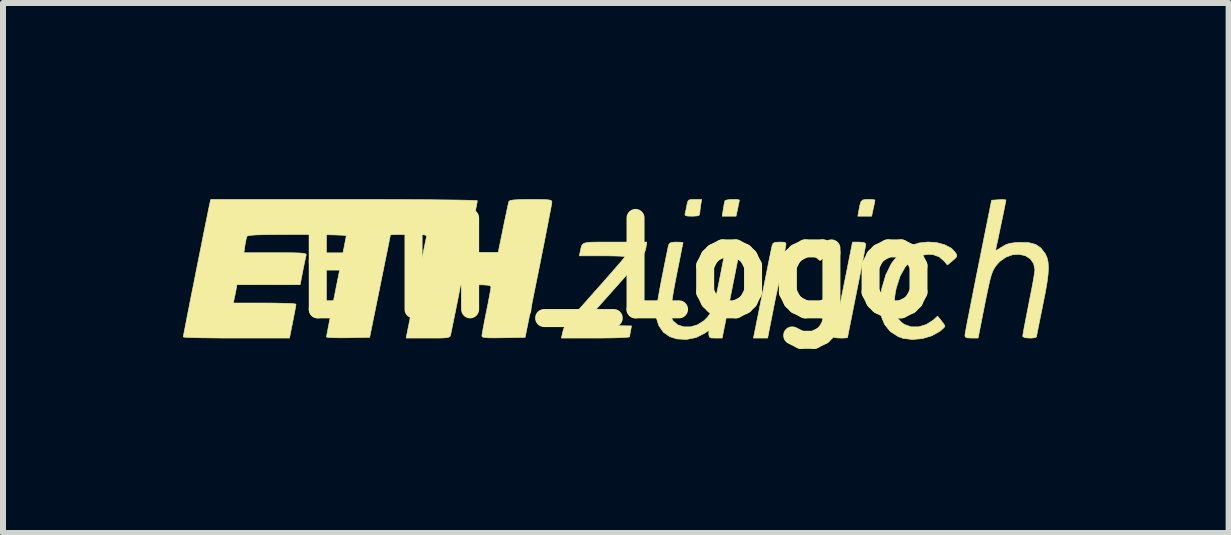
<source format=kicad_pcb>
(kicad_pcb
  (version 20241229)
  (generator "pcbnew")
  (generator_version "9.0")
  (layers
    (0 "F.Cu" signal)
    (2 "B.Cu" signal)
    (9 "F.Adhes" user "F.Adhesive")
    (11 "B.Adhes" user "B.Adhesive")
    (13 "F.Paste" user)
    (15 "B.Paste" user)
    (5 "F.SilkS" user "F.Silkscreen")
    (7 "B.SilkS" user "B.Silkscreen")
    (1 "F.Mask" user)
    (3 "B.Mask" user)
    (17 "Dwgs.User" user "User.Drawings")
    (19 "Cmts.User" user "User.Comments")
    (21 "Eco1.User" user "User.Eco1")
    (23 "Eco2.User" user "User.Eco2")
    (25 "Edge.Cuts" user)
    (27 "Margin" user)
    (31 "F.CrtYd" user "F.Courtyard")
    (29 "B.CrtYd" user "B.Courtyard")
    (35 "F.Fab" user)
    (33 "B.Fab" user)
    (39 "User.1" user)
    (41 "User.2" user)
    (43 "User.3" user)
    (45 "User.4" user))
  (footprint "ETH_Logo"
    (layer "F.Cu")
    (at 7.219 1.418)
    (property "Reference" "ETH_Logo" (at 0 0 0) (layer "F.SilkS") (effects (font (size 1.524 1.524) (thickness 0.3))))
    (attr through_hole)
    (fp_poly (pts (xy 4.273 -1.141) (xy 4.313 -1.135) (xy 4.318 -1.132) (xy 4.313 -1.102) (xy 4.301 -1.04) (xy 4.29 -0.992) (xy 4.263 -0.864) (xy 4.033 -0.864) (xy 4.05 -0.959) (xy 4.068 -1.053) (xy 4.087 -1.108) (xy 4.115 -1.134) (xy 4.162 -1.142) (xy 4.205 -1.143) (xy 4.273 -1.141)) (stroke (width 0.01) (type solid)) (fill yes) (layer "F.SilkS"))
    (fp_poly (pts (xy 2.028 -1.141) (xy 2.057 -1.133) (xy 2.057 -1.132) (xy 2.053 -1.102) (xy 2.04 -1.04) (xy 2.03 -0.992) (xy 2.002 -0.864) (xy 1.772 -0.864) (xy 1.79 -0.984) (xy 1.803 -1.059) (xy 1.815 -1.112) (xy 1.82 -1.124) (xy 1.848 -1.134) (xy 1.904 -1.141) (xy 1.971 -1.143) (xy 2.028 -1.141)) (stroke (width 0.01) (type solid)) (fill yes) (layer "F.SilkS"))
    (fp_poly (pts (xy 1.413 -1.048) (xy 1.403 -0.973) (xy 1.397 -0.914) (xy 1.397 -0.908) (xy 1.388 -0.881) (xy 1.353 -0.868) (xy 1.281 -0.864) (xy 1.268 -0.864) (xy 1.193 -0.866) (xy 1.157 -0.876) (xy 1.15 -0.897) (xy 1.153 -0.908) (xy 1.166 -0.962) (xy 1.181 -1.037) (xy 1.183 -1.048) (xy 1.196 -1.106) (xy 1.218 -1.134) (xy 1.266 -1.142) (xy 1.314 -1.143) (xy 1.429 -1.143) (xy 1.413 -1.048)) (stroke (width 0.01) (type solid)) (fill yes) (layer "F.SilkS"))
    (fp_poly (pts (xy 4.134 -0.425) (xy 4.165 -0.403) (xy 4.166 -0.399) (xy 4.161 -0.367) (xy 4.147 -0.291) (xy 4.126 -0.178) (xy 4.098 -0.035) (xy 4.065 0.133) (xy 4.028 0.318) (xy 4.013 0.394) (xy 3.975 0.583) (xy 3.941 0.755) (xy 3.911 0.905) (xy 3.887 1.026) (xy 3.87 1.111) (xy 3.862 1.156) (xy 3.861 1.161) (xy 3.838 1.165) (xy 3.781 1.168) (xy 3.747 1.168) (xy 3.678 1.165) (xy 3.637 1.155) (xy 3.632 1.149) (xy 3.637 1.121) (xy 3.651 1.048) (xy 3.672 0.938) (xy 3.699 0.797) (xy 3.732 0.631) (xy 3.769 0.445) (xy 3.788 0.349) (xy 3.944 -0.432) (xy 4.055 -0.432) (xy 4.134 -0.425)) (stroke (width 0.01) (type solid)) (fill yes) (layer "F.SilkS"))
    (fp_poly (pts (xy 2.8 -0.43) (xy 2.83 -0.419) (xy 2.834 -0.388) (xy 2.828 -0.353) (xy 2.812 -0.274) (xy 2.921 -0.346) (xy 3.036 -0.399) (xy 3.172 -0.428) (xy 3.311 -0.43) (xy 3.434 -0.406) (xy 3.48 -0.386) (xy 3.55 -0.338) (xy 3.571 -0.293) (xy 3.544 -0.242) (xy 3.492 -0.195) (xy 3.403 -0.124) (xy 3.336 -0.176) (xy 3.24 -0.222) (xy 3.131 -0.227) (xy 3.02 -0.193) (xy 2.914 -0.125) (xy 2.822 -0.027) (xy 2.759 0.086) (xy 2.744 0.135) (xy 2.722 0.225) (xy 2.694 0.346) (xy 2.663 0.49) (xy 2.631 0.648) (xy 2.628 0.667) (xy 2.529 1.168) (xy 2.293 1.168) (xy 2.442 0.425) (xy 2.48 0.235) (xy 2.515 0.059) (xy 2.546 -0.096) (xy 2.572 -0.223) (xy 2.591 -0.316) (xy 2.602 -0.368) (xy 2.604 -0.375) (xy 2.62 -0.411) (xy 2.656 -0.428) (xy 2.727 -0.432) (xy 2.73 -0.432) (xy 2.8 -0.43)) (stroke (width 0.01) (type solid)) (fill yes) (layer "F.SilkS"))
    (fp_poly (pts (xy 5.348 -0.423) (xy 5.482 -0.387) (xy 5.592 -0.329) (xy 5.658 -0.26) (xy 5.682 -0.219) (xy 5.68 -0.188) (xy 5.648 -0.153) (xy 5.613 -0.123) (xy 5.526 -0.051) (xy 5.475 -0.112) (xy 5.389 -0.187) (xy 5.287 -0.223) (xy 5.208 -0.229) (xy 5.061 -0.205) (xy 4.933 -0.135) (xy 4.824 -0.021) (xy 4.737 0.135) (xy 4.674 0.332) (xy 4.659 0.4) (xy 4.636 0.574) (xy 4.645 0.713) (xy 4.685 0.822) (xy 4.759 0.906) (xy 4.808 0.941) (xy 4.92 0.981) (xy 5.047 0.981) (xy 5.174 0.943) (xy 5.29 0.869) (xy 5.303 0.857) (xy 5.362 0.802) (xy 5.423 0.877) (xy 5.463 0.93) (xy 5.484 0.966) (xy 5.485 0.97) (xy 5.468 0.995) (xy 5.422 1.037) (xy 5.399 1.055) (xy 5.264 1.131) (xy 5.107 1.177) (xy 4.943 1.192) (xy 4.788 1.173) (xy 4.709 1.145) (xy 4.575 1.06) (xy 4.479 0.941) (xy 4.432 0.827) (xy 4.406 0.725) (xy 4.397 0.629) (xy 4.402 0.523) (xy 4.424 0.39) (xy 4.434 0.337) (xy 4.5 0.113) (xy 4.595 -0.079) (xy 4.718 -0.233) (xy 4.865 -0.346) (xy 4.915 -0.372) (xy 5.052 -0.417) (xy 5.2 -0.433) (xy 5.348 -0.423)) (stroke (width 0.01) (type solid)) (fill yes) (layer "F.SilkS"))
    (fp_poly (pts (xy -0.02 -0.432) (xy 0.514 -0.432) (xy 0.498 -0.328) (xy 0.489 -0.294) (xy 0.472 -0.255) (xy 0.443 -0.207) (xy 0.397 -0.145) (xy 0.333 -0.065) (xy 0.245 0.039) (xy 0.131 0.17) (xy -0.013 0.333) (xy -0.042 0.365) (xy -0.565 0.953) (xy -0.152 0.959) (xy 0.26 0.966) (xy 0.244 1.045) (xy 0.233 1.107) (xy 0.229 1.146) (xy 0.229 1.146) (xy 0.204 1.153) (xy 0.137 1.158) (xy 0.032 1.163) (xy -0.101 1.166) (xy -0.257 1.168) (xy -0.34 1.168) (xy -0.909 1.168) (xy -0.89 1.082) (xy -0.882 1.05) (xy -0.874 1.022) (xy -0.862 0.993) (xy -0.841 0.959) (xy -0.808 0.915) (xy -0.761 0.856) (xy -0.694 0.778) (xy -0.604 0.676) (xy -0.488 0.545) (xy -0.343 0.381) (xy -0.338 0.376) (xy -0.213 0.235) (xy -0.1 0.106) (xy -0.003 -0.005) (xy 0.075 -0.095) (xy 0.127 -0.157) (xy 0.151 -0.187) (xy 0.152 -0.19) (xy 0.128 -0.194) (xy 0.063 -0.198) (xy -0.037 -0.201) (xy -0.16 -0.203) (xy -0.229 -0.203) (xy -0.611 -0.203) (xy -0.595 -0.273) (xy -0.584 -0.326) (xy -0.574 -0.365) (xy -0.557 -0.394) (xy -0.528 -0.413) (xy -0.479 -0.424) (xy -0.404 -0.43) (xy -0.297 -0.432) (xy -0.149 -0.432) (xy -0.02 -0.432)) (stroke (width 0.01) (type solid)) (fill yes) (layer "F.SilkS"))
    (fp_poly (pts (xy 1.97 -0.432) (xy 2.038 -0.428) (xy 2.078 -0.418) (xy 2.083 -0.413) (xy 2.078 -0.384) (xy 2.064 -0.312) (xy 2.043 -0.202) (xy 2.016 -0.061) (xy 1.983 0.106) (xy 1.946 0.291) (xy 1.927 0.387) (xy 1.771 1.168) (xy 1.66 1.168) (xy 1.591 1.166) (xy 1.559 1.152) (xy 1.55 1.119) (xy 1.549 1.103) (xy 1.549 1.038) (xy 1.48 1.087) (xy 1.336 1.159) (xy 1.176 1.191) (xy 1.015 1.182) (xy 0.899 1.145) (xy 0.791 1.07) (xy 0.713 0.958) (xy 0.672 0.824) (xy 0.671 0.759) (xy 0.681 0.654) (xy 0.703 0.505) (xy 0.738 0.312) (xy 0.761 0.191) (xy 0.793 0.03) (xy 0.822 -0.115) (xy 0.847 -0.237) (xy 0.866 -0.329) (xy 0.877 -0.38) (xy 0.879 -0.387) (xy 0.902 -0.417) (xy 0.956 -0.43) (xy 1.005 -0.432) (xy 1.073 -0.43) (xy 1.113 -0.426) (xy 1.118 -0.424) (xy 1.113 -0.397) (xy 1.099 -0.329) (xy 1.079 -0.226) (xy 1.053 -0.096) (xy 1.023 0.054) (xy 1.016 0.089) (xy 0.974 0.305) (xy 0.944 0.478) (xy 0.925 0.613) (xy 0.918 0.716) (xy 0.921 0.792) (xy 0.934 0.848) (xy 0.951 0.88) (xy 1.028 0.948) (xy 1.13 0.981) (xy 1.245 0.981) (xy 1.361 0.947) (xy 1.467 0.879) (xy 1.471 0.875) (xy 1.52 0.827) (xy 1.56 0.774) (xy 1.595 0.71) (xy 1.626 0.627) (xy 1.657 0.519) (xy 1.69 0.377) (xy 1.727 0.194) (xy 1.74 0.127) (xy 1.775 -0.054) (xy 1.802 -0.191) (xy 1.824 -0.291) (xy 1.842 -0.359) (xy 1.859 -0.401) (xy 1.878 -0.424) (xy 1.901 -0.432) (xy 1.931 -0.433) (xy 1.97 -0.432)) (stroke (width 0.01) (type solid)) (fill yes) (layer "F.SilkS"))
    (fp_poly (pts (xy 6.496 -1.136) (xy 6.502 -1.133) (xy 6.497 -1.105) (xy 6.484 -1.038) (xy 6.465 -0.942) (xy 6.441 -0.828) (xy 6.415 -0.704) (xy 6.39 -0.583) (xy 6.367 -0.473) (xy 6.348 -0.386) (xy 6.337 -0.336) (xy 6.331 -0.303) (xy 6.34 -0.295) (xy 6.374 -0.312) (xy 6.43 -0.348) (xy 6.498 -0.388) (xy 6.567 -0.411) (xy 6.657 -0.423) (xy 6.729 -0.427) (xy 6.881 -0.423) (xy 6.997 -0.393) (xy 7.085 -0.333) (xy 7.155 -0.24) (xy 7.156 -0.239) (xy 7.186 -0.175) (xy 7.204 -0.101) (xy 7.21 -0.012) (xy 7.205 0.101) (xy 7.187 0.242) (xy 7.156 0.42) (xy 7.112 0.639) (xy 7.112 0.641) (xy 7.081 0.792) (xy 7.054 0.926) (xy 7.032 1.036) (xy 7.017 1.112) (xy 7.011 1.148) (xy 7.01 1.149) (xy 6.988 1.161) (xy 6.93 1.168) (xy 6.896 1.168) (xy 6.816 1.162) (xy 6.783 1.142) (xy 6.782 1.135) (xy 6.787 1.101) (xy 6.8 1.025) (xy 6.821 0.915) (xy 6.847 0.78) (xy 6.877 0.628) (xy 6.883 0.597) (xy 6.914 0.44) (xy 6.942 0.296) (xy 6.964 0.176) (xy 6.978 0.086) (xy 6.985 0.036) (xy 6.985 0.032) (xy 6.964 -0.073) (xy 6.908 -0.153) (xy 6.825 -0.205) (xy 6.724 -0.228) (xy 6.613 -0.221) (xy 6.503 -0.182) (xy 6.4 -0.11) (xy 6.358 -0.065) (xy 6.327 -0.025) (xy 6.301 0.015) (xy 6.278 0.063) (xy 6.256 0.125) (xy 6.233 0.209) (xy 6.208 0.321) (xy 6.177 0.467) (xy 6.139 0.656) (xy 6.132 0.692) (xy 6.038 1.168) (xy 5.927 1.168) (xy 5.856 1.164) (xy 5.824 1.149) (xy 5.818 1.124) (xy 5.823 1.09) (xy 5.837 1.012) (xy 5.859 0.895) (xy 5.889 0.744) (xy 5.924 0.564) (xy 5.964 0.361) (xy 6.008 0.139) (xy 6.041 -0.025) (xy 6.263 -1.13) (xy 6.383 -1.138) (xy 6.453 -1.14) (xy 6.496 -1.136)) (stroke (width 0.01) (type solid)) (fill yes) (layer "F.SilkS"))
    (fp_poly (pts (xy -4.202 -1.143) (xy -3.886 -1.142) (xy -3.588 -1.141) (xy -3.313 -1.139) (xy -3.063 -1.138) (xy -2.843 -1.135) (xy -2.656 -1.133) (xy -2.506 -1.13) (xy -2.396 -1.127) (xy -2.33 -1.124) (xy -2.311 -1.122) (xy -2.316 -1.089) (xy -2.33 -1.017) (xy -2.349 -0.916) (xy -2.373 -0.798) (xy -2.398 -0.672) (xy -2.424 -0.549) (xy -2.447 -0.44) (xy -2.465 -0.355) (xy -2.477 -0.304) (xy -2.479 -0.298) (xy -2.481 -0.279) (xy -2.466 -0.266) (xy -2.426 -0.258) (xy -2.353 -0.255) (xy -2.238 -0.254) (xy -2.228 -0.254) (xy -1.964 -0.254) (xy -1.88 -0.667) (xy -1.851 -0.807) (xy -1.825 -0.93) (xy -1.804 -1.029) (xy -1.79 -1.092) (xy -1.784 -1.111) (xy -1.764 -1.125) (xy -1.71 -1.134) (xy -1.618 -1.14) (xy -1.483 -1.143) (xy -1.42 -1.143) (xy -1.279 -1.142) (xy -1.181 -1.14) (xy -1.119 -1.135) (xy -1.085 -1.127) (xy -1.07 -1.113) (xy -1.068 -1.099) (xy -1.073 -1.065) (xy -1.087 -0.987) (xy -1.11 -0.87) (xy -1.139 -0.718) (xy -1.174 -0.538) (xy -1.214 -0.335) (xy -1.258 -0.114) (xy -1.291 0.051) (xy -1.514 1.156) (xy -1.874 1.163) (xy -2.021 1.165) (xy -2.123 1.164) (xy -2.188 1.159) (xy -2.223 1.15) (xy -2.235 1.137) (xy -2.235 1.135) (xy -2.23 1.099) (xy -2.217 1.023) (xy -2.197 0.916) (xy -2.172 0.789) (xy -2.159 0.724) (xy -2.132 0.59) (xy -2.11 0.473) (xy -2.093 0.381) (xy -2.084 0.325) (xy -2.083 0.314) (xy -2.095 0.297) (xy -2.135 0.287) (xy -2.212 0.281) (xy -2.332 0.279) (xy -2.337 0.279) (xy -2.443 0.28) (xy -2.528 0.282) (xy -2.58 0.286) (xy -2.591 0.288) (xy -2.596 0.315) (xy -2.608 0.382) (xy -2.627 0.478) (xy -2.65 0.593) (xy -2.675 0.717) (xy -2.7 0.84) (xy -2.723 0.952) (xy -2.741 1.042) (xy -2.753 1.1) (xy -2.756 1.111) (xy -2.763 1.134) (xy -2.778 1.149) (xy -2.807 1.159) (xy -2.86 1.165) (xy -2.944 1.168) (xy -3.068 1.168) (xy -3.134 1.168) (xy -3.498 1.168) (xy -3.337 0.362) (xy -3.297 0.164) (xy -3.26 -0.02) (xy -3.228 -0.183) (xy -3.2 -0.32) (xy -3.179 -0.423) (xy -3.166 -0.486) (xy -3.162 -0.502) (xy -3.158 -0.526) (xy -3.164 -0.542) (xy -3.19 -0.552) (xy -3.241 -0.557) (xy -3.328 -0.559) (xy -3.454 -0.559) (xy -3.572 -0.558) (xy -3.669 -0.557) (xy -3.735 -0.555) (xy -3.76 -0.553) (xy -3.76 -0.552) (xy -3.765 -0.527) (xy -3.779 -0.457) (xy -3.8 -0.35) (xy -3.829 -0.209) (xy -3.863 -0.042) (xy -3.901 0.146) (xy -3.933 0.305) (xy -4.106 1.156) (xy -4.466 1.163) (xy -4.594 1.164) (xy -4.703 1.162) (xy -4.782 1.158) (xy -4.822 1.152) (xy -4.826 1.149) (xy -4.821 1.12) (xy -4.807 1.047) (xy -4.786 0.936) (xy -4.758 0.794) (xy -4.725 0.626) (xy -4.687 0.437) (xy -4.661 0.305) (xy -4.621 0.107) (xy -4.585 -0.075) (xy -4.554 -0.235) (xy -4.528 -0.368) (xy -4.509 -0.466) (xy -4.498 -0.525) (xy -4.496 -0.539) (xy -4.52 -0.544) (xy -4.589 -0.548) (xy -4.698 -0.552) (xy -4.838 -0.555) (xy -5.006 -0.557) (xy -5.195 -0.559) (xy -5.319 -0.559) (xy -5.551 -0.558) (xy -5.738 -0.557) (xy -5.883 -0.555) (xy -5.992 -0.552) (xy -6.069 -0.547) (xy -6.118 -0.541) (xy -6.146 -0.533) (xy -6.155 -0.524) (xy -6.166 -0.479) (xy -6.18 -0.406) (xy -6.186 -0.372) (xy -6.203 -0.254) (xy -5.678 -0.254) (xy -5.502 -0.254) (xy -5.371 -0.253) (xy -5.277 -0.25) (xy -5.216 -0.245) (xy -5.181 -0.238) (xy -5.166 -0.228) (xy -5.164 -0.215) (xy -5.166 -0.21) (xy -5.176 -0.165) (xy -5.193 -0.086) (xy -5.214 0.015) (xy -5.222 0.057) (xy -5.265 0.279) (xy -6.319 0.279) (xy -6.336 0.375) (xy -6.352 0.454) (xy -6.366 0.522) (xy -6.367 0.527) (xy -6.381 0.584) (xy -5.857 0.584) (xy -5.701 0.585) (xy -5.563 0.588) (xy -5.451 0.591) (xy -5.373 0.596) (xy -5.336 0.602) (xy -5.334 0.603) (xy -5.339 0.635) (xy -5.351 0.705) (xy -5.37 0.802) (xy -5.388 0.895) (xy -5.443 1.168) (xy -6.328 1.168) (xy -6.535 1.168) (xy -6.724 1.166) (xy -6.89 1.164) (xy -7.028 1.161) (xy -7.132 1.157) (xy -7.195 1.153) (xy -7.214 1.149) (xy -7.209 1.121) (xy -7.195 1.049) (xy -7.174 0.94) (xy -7.147 0.8) (xy -7.114 0.635) (xy -7.078 0.45) (xy -7.038 0.253) (xy -6.998 0.049) (xy -6.957 -0.156) (xy -6.917 -0.355) (xy -6.88 -0.542) (xy -6.846 -0.712) (xy -6.816 -0.857) (xy -6.793 -0.973) (xy -6.777 -1.051) (xy -6.769 -1.086) (xy -6.755 -1.143) (xy -4.533 -1.143) (xy -4.202 -1.143)) (stroke (width 0.01) (type solid)) (fill yes) (layer "F.SilkS")))
  (gr_rect
    (start -3 -3)
    (end 17.434 5.836)
    (stroke (width 0.1) (type default))
    (fill no)
    (layer "Edge.Cuts")))
</source>
